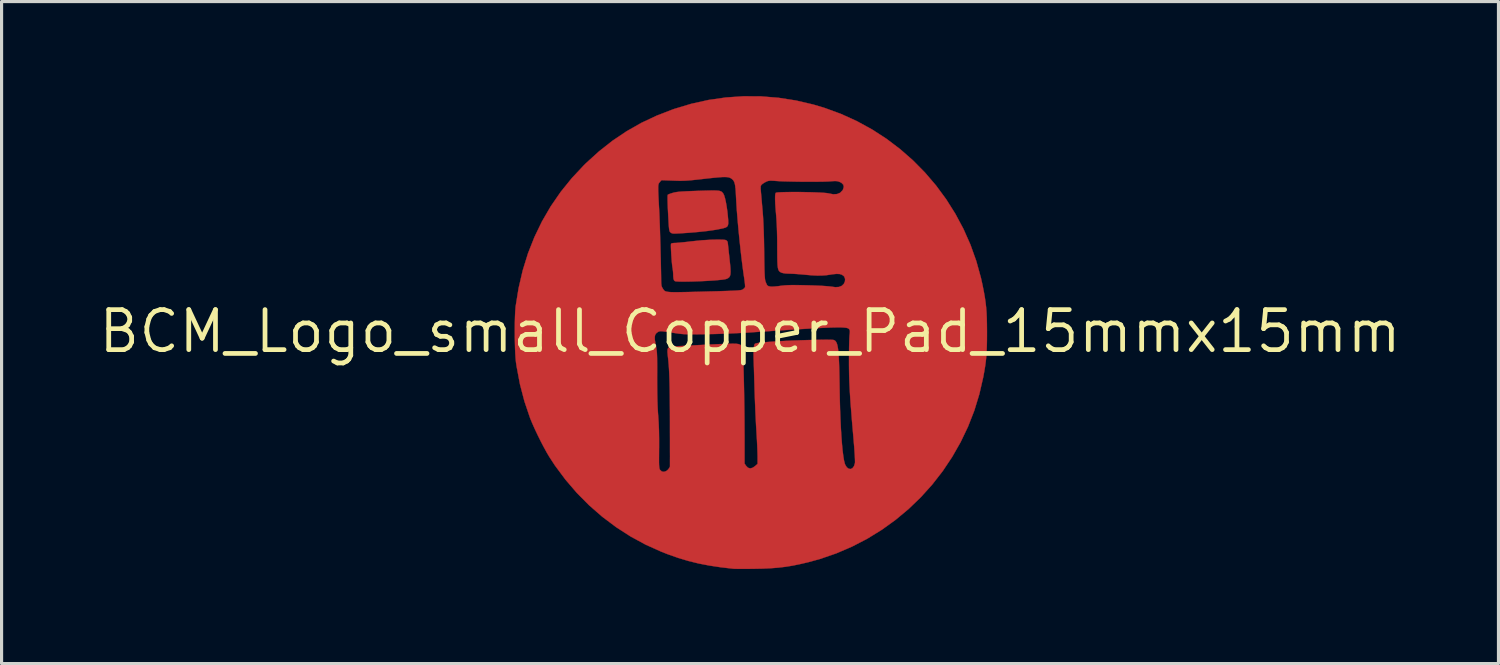
<source format=kicad_pcb>
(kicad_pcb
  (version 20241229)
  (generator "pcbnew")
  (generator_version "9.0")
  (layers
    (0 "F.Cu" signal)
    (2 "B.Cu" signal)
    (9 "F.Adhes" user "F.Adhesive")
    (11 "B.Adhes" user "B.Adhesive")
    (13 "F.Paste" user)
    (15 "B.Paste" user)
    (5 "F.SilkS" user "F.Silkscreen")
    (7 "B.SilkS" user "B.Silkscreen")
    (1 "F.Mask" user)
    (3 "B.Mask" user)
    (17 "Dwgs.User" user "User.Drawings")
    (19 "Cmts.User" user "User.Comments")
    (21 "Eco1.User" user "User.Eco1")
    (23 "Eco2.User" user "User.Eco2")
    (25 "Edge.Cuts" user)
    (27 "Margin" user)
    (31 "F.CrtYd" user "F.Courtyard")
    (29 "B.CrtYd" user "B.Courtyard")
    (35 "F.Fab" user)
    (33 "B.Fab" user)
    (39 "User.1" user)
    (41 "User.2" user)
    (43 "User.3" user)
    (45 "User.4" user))
  (footprint "BCM_Logo_small_Copper_Pad_15mmx15mm"
    (layer "F.Cu")
    (at 20.751 7.465)
    (property "Reference" "BCM_Logo_small_Copper_Pad_15mmx15mm" (at 0 0 0) (layer "F.SilkS") (effects (font (size 1.27 1.27) (thickness 0.15))))
    (attr board_only exclude_from_bom)
    (fp_poly (pts (xy -1.082 -4.469) (xy -1.011 -4.464) (xy -0.958 -4.455) (xy -0.92 -4.441) (xy -0.891 -4.422) (xy -0.868 -4.397) (xy -0.848 -4.371) (xy -0.822 -4.317) (xy -0.795 -4.227) (xy -0.768 -4.108) (xy -0.743 -3.966) (xy -0.72 -3.808) (xy -0.704 -3.655) (xy -0.693 -3.527) (xy -0.691 -3.434) (xy -0.7 -3.37) (xy -0.724 -3.327) (xy -0.767 -3.298) (xy -0.831 -3.277) (xy -0.887 -3.263) (xy -1.094 -3.223) (xy -1.339 -3.187) (xy -1.623 -3.156) (xy -1.947 -3.128) (xy -2.248 -3.109) (xy -2.35 -3.104) (xy -2.418 -3.103) (xy -2.464 -3.108) (xy -2.495 -3.119) (xy -2.52 -3.137) (xy -2.536 -3.15) (xy -2.548 -3.167) (xy -2.557 -3.191) (xy -2.565 -3.229) (xy -2.572 -3.285) (xy -2.579 -3.364) (xy -2.585 -3.471) (xy -2.593 -3.612) (xy -2.6 -3.746) (xy -2.609 -3.924) (xy -2.614 -4.073) (xy -2.617 -4.192) (xy -2.617 -4.278) (xy -2.613 -4.326) (xy -2.61 -4.335) (xy -2.581 -4.35) (xy -2.523 -4.372) (xy -2.449 -4.395) (xy -2.446 -4.396) (xy -2.396 -4.409) (xy -2.34 -4.419) (xy -2.27 -4.428) (xy -2.183 -4.436) (xy -2.072 -4.442) (xy -1.933 -4.449) (xy -1.759 -4.455) (xy -1.651 -4.459) (xy -1.457 -4.465) (xy -1.301 -4.469) (xy -1.177 -4.471) (xy -1.082 -4.469)) (stroke (width 0.01) (type solid)) (fill yes) (layer "F.Cu"))
    (fp_poly (pts (xy -0.852 -2.908) (xy -0.786 -2.901) (xy -0.745 -2.884) (xy -0.72 -2.856) (xy -0.707 -2.813) (xy -0.7 -2.751) (xy -0.696 -2.71) (xy -0.688 -2.639) (xy -0.678 -2.54) (xy -0.665 -2.424) (xy -0.652 -2.304) (xy -0.651 -2.297) (xy -0.633 -2.125) (xy -0.621 -1.99) (xy -0.618 -1.887) (xy -0.623 -1.81) (xy -0.638 -1.755) (xy -0.663 -1.716) (xy -0.7 -1.687) (xy -0.748 -1.665) (xy -0.753 -1.663) (xy -0.805 -1.651) (xy -0.893 -1.638) (xy -1.011 -1.627) (xy -1.151 -1.615) (xy -1.308 -1.605) (xy -1.475 -1.596) (xy -1.645 -1.589) (xy -1.812 -1.583) (xy -1.97 -1.579) (xy -2.112 -1.578) (xy -2.232 -1.579) (xy -2.322 -1.584) (xy -2.378 -1.591) (xy -2.378 -1.591) (xy -2.409 -1.614) (xy -2.428 -1.666) (xy -2.437 -1.751) (xy -2.438 -1.802) (xy -2.443 -1.89) (xy -2.454 -1.988) (xy -2.461 -2.024) (xy -2.47 -2.085) (xy -2.479 -2.172) (xy -2.488 -2.276) (xy -2.496 -2.39) (xy -2.503 -2.503) (xy -2.508 -2.607) (xy -2.511 -2.694) (xy -2.51 -2.755) (xy -2.508 -2.778) (xy -2.48 -2.796) (xy -2.418 -2.804) (xy -2.389 -2.805) (xy -2.334 -2.807) (xy -2.246 -2.815) (xy -2.133 -2.826) (xy -2.003 -2.839) (xy -1.864 -2.856) (xy -1.846 -2.858) (xy -1.52 -2.891) (xy -1.226 -2.908) (xy -1.079 -2.911) (xy -0.948 -2.911) (xy -0.852 -2.908)) (stroke (width 0.01) (type solid)) (fill yes) (layer "F.Cu"))
    (fp_poly (pts (xy 0.348 -7.457) (xy 0.904 -7.412) (xy 1.457 -7.326) (xy 2.006 -7.198) (xy 2.373 -7.088) (xy 2.893 -6.897) (xy 3.394 -6.669) (xy 3.874 -6.406) (xy 4.331 -6.11) (xy 4.764 -5.782) (xy 5.172 -5.424) (xy 5.552 -5.039) (xy 5.904 -4.627) (xy 6.225 -4.191) (xy 6.515 -3.731) (xy 6.772 -3.251) (xy 6.994 -2.751) (xy 7.179 -2.233) (xy 7.327 -1.699) (xy 7.381 -1.454) (xy 7.42 -1.256) (xy 7.451 -1.081) (xy 7.474 -0.919) (xy 7.492 -0.762) (xy 7.505 -0.6) (xy 7.513 -0.425) (xy 7.517 -0.227) (xy 7.519 0.004) (xy 7.519 0.042) (xy 7.518 0.273) (xy 7.514 0.471) (xy 7.507 0.644) (xy 7.497 0.803) (xy 7.481 0.955) (xy 7.46 1.11) (xy 7.432 1.278) (xy 7.401 1.45) (xy 7.277 1.99) (xy 7.116 2.516) (xy 6.917 3.024) (xy 6.682 3.515) (xy 6.414 3.985) (xy 6.114 4.434) (xy 5.783 4.859) (xy 5.423 5.259) (xy 5.035 5.633) (xy 4.622 5.978) (xy 4.184 6.294) (xy 3.723 6.578) (xy 3.241 6.828) (xy 2.739 7.044) (xy 2.219 7.223) (xy 1.848 7.325) (xy 1.59 7.385) (xy 1.352 7.434) (xy 1.124 7.471) (xy 0.896 7.498) (xy 0.657 7.517) (xy 0.396 7.529) (xy 0.133 7.534) (xy -0.023 7.536) (xy -0.169 7.537) (xy -0.299 7.537) (xy -0.406 7.536) (xy -0.483 7.535) (xy -0.523 7.533) (xy -0.922 7.487) (xy -1.288 7.432) (xy -1.631 7.366) (xy -1.959 7.285) (xy -2.282 7.188) (xy -2.609 7.073) (xy -2.82 6.99) (xy -3.314 6.768) (xy -3.792 6.508) (xy -4.251 6.212) (xy -4.69 5.882) (xy -5.105 5.52) (xy -5.494 5.128) (xy -5.855 4.708) (xy -6.186 4.263) (xy -6.369 3.983) (xy -6.452 3.843) (xy -6.545 3.673) (xy -6.643 3.485) (xy -6.74 3.289) (xy -6.832 3.095) (xy -6.912 2.914) (xy -6.978 2.756) (xy -6.985 2.736) (xy -7.16 2.218) (xy -7.301 1.678) (xy -7.406 1.121) (xy -7.427 0.984) (xy -7.439 0.867) (xy -7.449 0.715) (xy -7.457 0.538) (xy -7.462 0.342) (xy -7.465 0.18) (xy -3.024 0.18) (xy -3.02 0.272) (xy -3 0.395) (xy -2.992 0.437) (xy -2.98 0.496) (xy -2.97 0.553) (xy -2.962 0.611) (xy -2.956 0.676) (xy -2.952 0.754) (xy -2.949 0.849) (xy -2.948 0.968) (xy -2.947 1.114) (xy -2.947 1.293) (xy -2.948 1.45) (xy -2.947 1.744) (xy -2.944 2.001) (xy -2.939 2.229) (xy -2.931 2.431) (xy -2.92 2.614) (xy -2.915 2.677) (xy -2.9 2.903) (xy -2.89 3.141) (xy -2.886 3.401) (xy -2.886 3.693) (xy -2.887 3.725) (xy -2.888 3.904) (xy -2.889 4.045) (xy -2.889 4.154) (xy -2.887 4.235) (xy -2.883 4.294) (xy -2.878 4.336) (xy -2.871 4.365) (xy -2.861 4.386) (xy -2.854 4.397) (xy -2.8 4.446) (xy -2.732 4.458) (xy -2.661 4.434) (xy -2.606 4.39) (xy -2.567 4.34) (xy -2.544 4.298) (xy -2.541 4.289) (xy -2.541 4.262) (xy -2.541 4.197) (xy -2.541 4.096) (xy -2.54 3.965) (xy -2.541 3.805) (xy -2.541 3.621) (xy -2.541 3.416) (xy -2.542 3.194) (xy -2.542 2.959) (xy -2.542 2.868) (xy -2.543 2.552) (xy -2.545 2.274) (xy -2.547 2.031) (xy -2.55 1.818) (xy -2.554 1.631) (xy -2.559 1.467) (xy -2.565 1.321) (xy -2.572 1.189) (xy -2.58 1.068) (xy -2.59 0.953) (xy -2.602 0.84) (xy -2.61 0.768) (xy -2.62 0.657) (xy -2.618 0.58) (xy -2.601 0.53) (xy -2.567 0.502) (xy -2.518 0.488) (xy -2.477 0.483) (xy -2.4 0.478) (xy -2.292 0.471) (xy -2.158 0.463) (xy -2.003 0.455) (xy -1.833 0.446) (xy -1.654 0.437) (xy -1.471 0.428) (xy -1.29 0.419) (xy -1.115 0.411) (xy -0.953 0.404) (xy -0.808 0.399) (xy -0.687 0.394) (xy -0.595 0.392) (xy -0.548 0.391) (xy -0.433 0.394) (xy -0.353 0.406) (xy -0.3 0.431) (xy -0.267 0.474) (xy -0.246 0.541) (xy -0.236 0.592) (xy -0.23 0.65) (xy -0.224 0.747) (xy -0.217 0.877) (xy -0.211 1.038) (xy -0.205 1.225) (xy -0.199 1.435) (xy -0.194 1.663) (xy -0.189 1.905) (xy -0.185 2.157) (xy -0.181 2.416) (xy -0.178 2.678) (xy -0.176 2.937) (xy -0.175 3.191) (xy -0.174 3.314) (xy -0.174 4.195) (xy -0.125 4.267) (xy -0.065 4.328) (xy 0.005 4.349) (xy 0.083 4.328) (xy 0.155 4.279) (xy 0.239 4.206) (xy 0.239 3.966) (xy 0.237 3.877) (xy 0.233 3.755) (xy 0.227 3.609) (xy 0.219 3.447) (xy 0.209 3.279) (xy 0.202 3.154) (xy 0.191 2.98) (xy 0.181 2.775) (xy 0.17 2.552) (xy 0.161 2.323) (xy 0.152 2.098) (xy 0.145 1.891) (xy 0.144 1.873) (xy 0.139 1.687) (xy 0.133 1.5) (xy 0.128 1.32) (xy 0.123 1.155) (xy 0.118 1.013) (xy 0.115 0.902) (xy 0.113 0.868) (xy 0.111 0.706) (xy 0.115 0.574) (xy 0.125 0.476) (xy 0.141 0.414) (xy 0.151 0.398) (xy 0.177 0.385) (xy 0.229 0.373) (xy 0.311 0.36) (xy 0.424 0.348) (xy 0.573 0.336) (xy 0.76 0.323) (xy 0.853 0.317) (xy 1.018 0.308) (xy 1.197 0.299) (xy 1.386 0.291) (xy 1.578 0.284) (xy 1.77 0.278) (xy 1.956 0.273) (xy 2.13 0.269) (xy 2.287 0.266) (xy 2.423 0.265) (xy 2.532 0.266) (xy 2.609 0.268) (xy 2.648 0.272) (xy 2.682 0.285) (xy 2.712 0.308) (xy 2.737 0.344) (xy 2.759 0.396) (xy 2.777 0.467) (xy 2.793 0.559) (xy 2.805 0.675) (xy 2.816 0.819) (xy 2.824 0.993) (xy 2.831 1.2) (xy 2.836 1.443) (xy 2.841 1.725) (xy 2.842 1.778) (xy 2.848 2.133) (xy 2.857 2.469) (xy 2.869 2.785) (xy 2.883 3.077) (xy 2.9 3.344) (xy 2.918 3.582) (xy 2.938 3.789) (xy 2.96 3.962) (xy 2.983 4.1) (xy 3.008 4.199) (xy 3.021 4.234) (xy 3.072 4.316) (xy 3.132 4.36) (xy 3.195 4.368) (xy 3.252 4.339) (xy 3.299 4.276) (xy 3.329 4.18) (xy 3.33 4.173) (xy 3.331 4.13) (xy 3.329 4.05) (xy 3.324 3.941) (xy 3.315 3.809) (xy 3.305 3.659) (xy 3.291 3.499) (xy 3.289 3.471) (xy 3.26 3.133) (xy 3.234 2.832) (xy 3.213 2.564) (xy 3.194 2.325) (xy 3.179 2.11) (xy 3.167 1.914) (xy 3.158 1.734) (xy 3.15 1.563) (xy 3.145 1.399) (xy 3.142 1.236) (xy 3.14 1.07) (xy 3.14 0.973) (xy 3.14 0.801) (xy 3.142 0.633) (xy 3.144 0.477) (xy 3.148 0.34) (xy 3.151 0.229) (xy 3.156 0.152) (xy 3.157 0.137) (xy 3.166 0.049) (xy 3.168 -0.007) (xy 3.162 -0.042) (xy 3.147 -0.067) (xy 3.128 -0.085) (xy 3.109 -0.097) (xy 3.08 -0.107) (xy 3.039 -0.115) (xy 2.984 -0.121) (xy 2.913 -0.125) (xy 2.823 -0.126) (xy 2.714 -0.125) (xy 2.583 -0.122) (xy 2.427 -0.116) (xy 2.246 -0.108) (xy 2.037 -0.097) (xy 1.797 -0.083) (xy 1.526 -0.067) (xy 1.221 -0.048) (xy 0.879 -0.025) (xy 0.5 0) (xy 0.081 0.028) (xy 0.017 0.033) (xy -0.177 0.045) (xy -0.4 0.056) (xy -0.641 0.067) (xy -0.885 0.076) (xy -1.121 0.084) (xy -1.336 0.088) (xy -1.355 0.089) (xy -1.55 0.092) (xy -1.71 0.094) (xy -1.84 0.095) (xy -1.947 0.094) (xy -2.038 0.091) (xy -2.119 0.087) (xy -2.196 0.08) (xy -2.277 0.07) (xy -2.366 0.057) (xy -2.47 0.042) (xy -2.606 0.021) (xy -2.707 0.007) (xy -2.78 -0.002) (xy -2.83 -0.005) (xy -2.866 -0.002) (xy -2.892 0.005) (xy -2.917 0.017) (xy -2.929 0.024) (xy -2.979 0.063) (xy -3.011 0.113) (xy -3.024 0.18) (xy -7.465 0.18) (xy -7.465 0.137) (xy -7.466 -0.07) (xy -7.464 -0.27) (xy -7.459 -0.456) (xy -7.452 -0.619) (xy -7.442 -0.751) (xy -7.438 -0.794) (xy -7.344 -1.373) (xy -7.214 -1.933) (xy -7.047 -2.473) (xy -6.842 -2.992) (xy -6.601 -3.491) (xy -6.323 -3.969) (xy -6.008 -4.426) (xy -5.916 -4.54) (xy -2.915 -4.54) (xy -2.914 -4.459) (xy -2.91 -4.354) (xy -2.904 -4.22) (xy -2.895 -4.053) (xy -2.884 -3.85) (xy -2.88 -3.778) (xy -2.875 -3.669) (xy -2.87 -3.525) (xy -2.863 -3.351) (xy -2.857 -3.156) (xy -2.851 -2.945) (xy -2.844 -2.725) (xy -2.839 -2.503) (xy -2.833 -2.286) (xy -2.829 -2.081) (xy -2.825 -1.893) (xy -2.822 -1.731) (xy -2.821 -1.617) (xy -2.818 -1.522) (xy -2.811 -1.456) (xy -2.796 -1.407) (xy -2.771 -1.364) (xy -2.754 -1.337) (xy -2.739 -1.315) (xy -2.722 -1.295) (xy -2.701 -1.279) (xy -2.672 -1.267) (xy -2.633 -1.257) (xy -2.579 -1.25) (xy -2.509 -1.245) (xy -2.418 -1.243) (xy -2.304 -1.243) (xy -2.164 -1.245) (xy -1.994 -1.248) (xy -1.791 -1.253) (xy -1.552 -1.259) (xy -1.274 -1.267) (xy -1.262 -1.267) (xy -1.031 -1.273) (xy -0.838 -1.279) (xy -0.68 -1.284) (xy -0.554 -1.289) (xy -0.454 -1.294) (xy -0.378 -1.299) (xy -0.322 -1.305) (xy -0.282 -1.311) (xy -0.254 -1.318) (xy -0.235 -1.327) (xy -0.229 -1.33) (xy -0.184 -1.367) (xy -0.158 -1.402) (xy -0.157 -1.434) (xy -0.161 -1.5) (xy -0.171 -1.59) (xy -0.186 -1.696) (xy -0.192 -1.734) (xy -0.222 -1.944) (xy -0.253 -2.185) (xy -0.285 -2.45) (xy -0.316 -2.731) (xy -0.346 -3.019) (xy -0.374 -3.306) (xy -0.398 -3.583) (xy -0.419 -3.842) (xy -0.434 -4.075) (xy -0.444 -4.255) (xy -0.452 -4.42) (xy -0.462 -4.549) (xy -0.464 -4.56) (xy 0.336 -4.56) (xy 0.34 -4.487) (xy 0.342 -4.468) (xy 0.347 -4.402) (xy 0.356 -4.303) (xy 0.367 -4.178) (xy 0.379 -4.038) (xy 0.392 -3.89) (xy 0.397 -3.842) (xy 0.412 -3.645) (xy 0.424 -3.43) (xy 0.434 -3.19) (xy 0.442 -2.921) (xy 0.447 -2.616) (xy 0.448 -2.519) (xy 0.451 -2.299) (xy 0.454 -2.117) (xy 0.457 -1.97) (xy 0.461 -1.852) (xy 0.466 -1.76) (xy 0.471 -1.691) (xy 0.477 -1.639) (xy 0.485 -1.601) (xy 0.492 -1.579) (xy 0.517 -1.517) (xy 0.54 -1.47) (xy 0.547 -1.459) (xy 0.588 -1.433) (xy 0.658 -1.42) (xy 0.761 -1.421) (xy 0.9 -1.435) (xy 0.95 -1.442) (xy 1.031 -1.452) (xy 1.113 -1.46) (xy 1.201 -1.465) (xy 1.304 -1.468) (xy 1.426 -1.468) (xy 1.576 -1.467) (xy 1.76 -1.463) (xy 1.805 -1.462) (xy 1.988 -1.457) (xy 2.157 -1.45) (xy 2.306 -1.443) (xy 2.43 -1.434) (xy 2.523 -1.426) (xy 2.567 -1.42) (xy 2.709 -1.402) (xy 2.82 -1.409) (xy 2.906 -1.442) (xy 2.912 -1.446) (xy 2.976 -1.507) (xy 3.011 -1.583) (xy 3.017 -1.663) (xy 2.99 -1.735) (xy 2.972 -1.757) (xy 2.915 -1.798) (xy 2.842 -1.82) (xy 2.745 -1.824) (xy 2.619 -1.812) (xy 2.558 -1.802) (xy 2.422 -1.782) (xy 2.285 -1.772) (xy 2.138 -1.77) (xy 1.972 -1.778) (xy 1.777 -1.794) (xy 1.721 -1.8) (xy 1.594 -1.811) (xy 1.464 -1.821) (xy 1.346 -1.828) (xy 1.254 -1.831) (xy 1.249 -1.831) (xy 1.141 -1.835) (xy 1.051 -1.848) (xy 1 -1.862) (xy 0.964 -1.879) (xy 0.935 -1.9) (xy 0.912 -1.929) (xy 0.894 -1.97) (xy 0.882 -2.028) (xy 0.873 -2.108) (xy 0.868 -2.213) (xy 0.865 -2.349) (xy 0.864 -2.519) (xy 0.863 -2.672) (xy 0.862 -2.915) (xy 0.857 -3.144) (xy 0.85 -3.353) (xy 0.84 -3.534) (xy 0.832 -3.645) (xy 0.813 -3.868) (xy 0.8 -4.05) (xy 0.795 -4.193) (xy 0.796 -4.298) (xy 0.804 -4.365) (xy 0.817 -4.397) (xy 0.846 -4.405) (xy 0.912 -4.411) (xy 1.009 -4.416) (xy 1.131 -4.419) (xy 1.272 -4.421) (xy 1.428 -4.422) (xy 1.591 -4.421) (xy 1.757 -4.418) (xy 1.92 -4.415) (xy 2.073 -4.41) (xy 2.212 -4.404) (xy 2.331 -4.397) (xy 2.423 -4.389) (xy 2.484 -4.38) (xy 2.493 -4.378) (xy 2.639 -4.35) (xy 2.761 -4.357) (xy 2.859 -4.397) (xy 2.932 -4.472) (xy 2.95 -4.501) (xy 2.975 -4.584) (xy 2.96 -4.653) (xy 2.905 -4.71) (xy 2.857 -4.736) (xy 2.809 -4.755) (xy 2.764 -4.766) (xy 2.71 -4.77) (xy 2.637 -4.768) (xy 2.537 -4.76) (xy 2.444 -4.755) (xy 2.316 -4.751) (xy 2.161 -4.749) (xy 1.985 -4.748) (xy 1.798 -4.748) (xy 1.605 -4.749) (xy 1.414 -4.752) (xy 1.233 -4.756) (xy 1.07 -4.76) (xy 0.931 -4.766) (xy 0.836 -4.772) (xy 0.729 -4.78) (xy 0.654 -4.782) (xy 0.6 -4.778) (xy 0.557 -4.768) (xy 0.515 -4.751) (xy 0.513 -4.75) (xy 0.447 -4.714) (xy 0.389 -4.674) (xy 0.378 -4.664) (xy 0.352 -4.636) (xy 0.339 -4.606) (xy 0.336 -4.56) (xy -0.464 -4.56) (xy -0.476 -4.648) (xy -0.494 -4.721) (xy -0.519 -4.775) (xy -0.552 -4.816) (xy -0.595 -4.85) (xy -0.607 -4.858) (xy -0.641 -4.875) (xy -0.681 -4.888) (xy -0.733 -4.895) (xy -0.8 -4.898) (xy -0.887 -4.896) (xy -0.998 -4.888) (xy -1.139 -4.875) (xy -1.312 -4.857) (xy -1.503 -4.835) (xy -1.681 -4.815) (xy -1.826 -4.8) (xy -1.946 -4.789) (xy -2.05 -4.782) (xy -2.146 -4.779) (xy -2.243 -4.778) (xy -2.35 -4.781) (xy -2.44 -4.784) (xy -2.812 -4.798) (xy -2.867 -4.733) (xy -2.882 -4.715) (xy -2.894 -4.697) (xy -2.903 -4.674) (xy -2.91 -4.643) (xy -2.914 -4.6) (xy -2.915 -4.54) (xy -5.916 -4.54) (xy -5.656 -4.861) (xy -5.269 -5.275) (xy -5.209 -5.334) (xy -4.794 -5.711) (xy -4.365 -6.049) (xy -3.917 -6.35) (xy -3.449 -6.616) (xy -2.958 -6.847) (xy -2.44 -7.047) (xy -2.401 -7.06) (xy -1.862 -7.222) (xy -1.315 -7.343) (xy -0.763 -7.422) (xy -0.208 -7.46) (xy 0.348 -7.457)) (stroke (width 0.01) (type solid)) (fill yes) (layer "F.Cu"))
    (fp_poly (pts (xy -1.082 -4.469) (xy -1.011 -4.464) (xy -0.958 -4.455) (xy -0.92 -4.441) (xy -0.891 -4.422) (xy -0.868 -4.397) (xy -0.848 -4.371) (xy -0.822 -4.317) (xy -0.795 -4.227) (xy -0.768 -4.108) (xy -0.743 -3.966) (xy -0.72 -3.808) (xy -0.704 -3.655) (xy -0.693 -3.527) (xy -0.691 -3.434) (xy -0.7 -3.37) (xy -0.724 -3.327) (xy -0.767 -3.298) (xy -0.831 -3.277) (xy -0.887 -3.263) (xy -1.094 -3.223) (xy -1.339 -3.187) (xy -1.623 -3.156) (xy -1.947 -3.128) (xy -2.248 -3.109) (xy -2.35 -3.104) (xy -2.418 -3.103) (xy -2.464 -3.108) (xy -2.495 -3.119) (xy -2.52 -3.137) (xy -2.536 -3.15) (xy -2.548 -3.167) (xy -2.557 -3.191) (xy -2.565 -3.229) (xy -2.572 -3.285) (xy -2.579 -3.364) (xy -2.585 -3.471) (xy -2.593 -3.612) (xy -2.6 -3.746) (xy -2.609 -3.924) (xy -2.614 -4.073) (xy -2.617 -4.192) (xy -2.617 -4.278) (xy -2.613 -4.326) (xy -2.61 -4.335) (xy -2.581 -4.35) (xy -2.523 -4.372) (xy -2.449 -4.395) (xy -2.446 -4.396) (xy -2.396 -4.409) (xy -2.34 -4.419) (xy -2.27 -4.428) (xy -2.183 -4.436) (xy -2.072 -4.442) (xy -1.933 -4.449) (xy -1.759 -4.455) (xy -1.651 -4.459) (xy -1.457 -4.465) (xy -1.301 -4.469) (xy -1.177 -4.471) (xy -1.082 -4.469)) (stroke (width 0.01) (type solid)) (fill yes) (layer "F.Mask"))
    (fp_poly (pts (xy -0.852 -2.908) (xy -0.786 -2.901) (xy -0.745 -2.884) (xy -0.72 -2.856) (xy -0.707 -2.813) (xy -0.7 -2.751) (xy -0.696 -2.71) (xy -0.688 -2.639) (xy -0.678 -2.54) (xy -0.665 -2.424) (xy -0.652 -2.304) (xy -0.651 -2.297) (xy -0.633 -2.125) (xy -0.621 -1.99) (xy -0.618 -1.887) (xy -0.623 -1.81) (xy -0.638 -1.755) (xy -0.663 -1.716) (xy -0.7 -1.687) (xy -0.748 -1.665) (xy -0.753 -1.663) (xy -0.805 -1.651) (xy -0.893 -1.638) (xy -1.011 -1.627) (xy -1.151 -1.615) (xy -1.308 -1.605) (xy -1.475 -1.596) (xy -1.645 -1.589) (xy -1.812 -1.583) (xy -1.97 -1.579) (xy -2.112 -1.578) (xy -2.232 -1.579) (xy -2.322 -1.584) (xy -2.378 -1.591) (xy -2.378 -1.591) (xy -2.409 -1.614) (xy -2.428 -1.666) (xy -2.437 -1.751) (xy -2.438 -1.802) (xy -2.443 -1.89) (xy -2.454 -1.988) (xy -2.461 -2.024) (xy -2.47 -2.085) (xy -2.479 -2.172) (xy -2.488 -2.276) (xy -2.496 -2.39) (xy -2.503 -2.503) (xy -2.508 -2.607) (xy -2.511 -2.694) (xy -2.51 -2.755) (xy -2.508 -2.778) (xy -2.48 -2.796) (xy -2.418 -2.804) (xy -2.389 -2.805) (xy -2.334 -2.807) (xy -2.246 -2.815) (xy -2.133 -2.826) (xy -2.003 -2.839) (xy -1.864 -2.856) (xy -1.846 -2.858) (xy -1.52 -2.891) (xy -1.226 -2.908) (xy -1.079 -2.911) (xy -0.948 -2.911) (xy -0.852 -2.908)) (stroke (width 0.01) (type solid)) (fill yes) (layer "F.Mask"))
    (fp_poly (pts (xy 0.348 -7.457) (xy 0.904 -7.412) (xy 1.457 -7.326) (xy 2.006 -7.198) (xy 2.373 -7.088) (xy 2.893 -6.897) (xy 3.394 -6.669) (xy 3.874 -6.406) (xy 4.331 -6.11) (xy 4.764 -5.782) (xy 5.172 -5.424) (xy 5.552 -5.039) (xy 5.904 -4.627) (xy 6.225 -4.191) (xy 6.515 -3.731) (xy 6.772 -3.251) (xy 6.994 -2.751) (xy 7.179 -2.233) (xy 7.327 -1.699) (xy 7.381 -1.454) (xy 7.42 -1.256) (xy 7.451 -1.081) (xy 7.474 -0.919) (xy 7.492 -0.762) (xy 7.505 -0.6) (xy 7.513 -0.425) (xy 7.517 -0.227) (xy 7.519 0.004) (xy 7.519 0.042) (xy 7.518 0.273) (xy 7.514 0.471) (xy 7.507 0.644) (xy 7.497 0.803) (xy 7.481 0.955) (xy 7.46 1.11) (xy 7.432 1.278) (xy 7.401 1.45) (xy 7.277 1.99) (xy 7.116 2.516) (xy 6.917 3.024) (xy 6.682 3.515) (xy 6.414 3.985) (xy 6.114 4.434) (xy 5.783 4.859) (xy 5.423 5.259) (xy 5.035 5.633) (xy 4.622 5.978) (xy 4.184 6.294) (xy 3.723 6.578) (xy 3.241 6.828) (xy 2.739 7.044) (xy 2.219 7.223) (xy 1.848 7.325) (xy 1.59 7.385) (xy 1.352 7.434) (xy 1.124 7.471) (xy 0.896 7.498) (xy 0.657 7.517) (xy 0.396 7.529) (xy 0.133 7.534) (xy -0.023 7.536) (xy -0.169 7.537) (xy -0.299 7.537) (xy -0.406 7.536) (xy -0.483 7.535) (xy -0.523 7.533) (xy -0.922 7.487) (xy -1.288 7.432) (xy -1.631 7.366) (xy -1.959 7.285) (xy -2.282 7.188) (xy -2.609 7.073) (xy -2.82 6.99) (xy -3.314 6.768) (xy -3.792 6.508) (xy -4.251 6.212) (xy -4.69 5.882) (xy -5.105 5.52) (xy -5.494 5.128) (xy -5.855 4.708) (xy -6.186 4.263) (xy -6.369 3.983) (xy -6.452 3.843) (xy -6.545 3.673) (xy -6.643 3.485) (xy -6.74 3.289) (xy -6.832 3.095) (xy -6.912 2.914) (xy -6.978 2.756) (xy -6.985 2.736) (xy -7.16 2.218) (xy -7.301 1.678) (xy -7.406 1.121) (xy -7.427 0.984) (xy -7.439 0.867) (xy -7.449 0.715) (xy -7.457 0.538) (xy -7.462 0.342) (xy -7.465 0.18) (xy -3.024 0.18) (xy -3.02 0.272) (xy -3 0.395) (xy -2.992 0.437) (xy -2.98 0.496) (xy -2.97 0.553) (xy -2.962 0.611) (xy -2.956 0.676) (xy -2.952 0.754) (xy -2.949 0.849) (xy -2.948 0.968) (xy -2.947 1.114) (xy -2.947 1.293) (xy -2.948 1.45) (xy -2.947 1.744) (xy -2.944 2.001) (xy -2.939 2.229) (xy -2.931 2.431) (xy -2.92 2.614) (xy -2.915 2.677) (xy -2.9 2.903) (xy -2.89 3.141) (xy -2.886 3.401) (xy -2.886 3.693) (xy -2.887 3.725) (xy -2.888 3.904) (xy -2.889 4.045) (xy -2.889 4.154) (xy -2.887 4.235) (xy -2.883 4.294) (xy -2.878 4.336) (xy -2.871 4.365) (xy -2.861 4.386) (xy -2.854 4.397) (xy -2.8 4.446) (xy -2.732 4.458) (xy -2.661 4.434) (xy -2.606 4.39) (xy -2.567 4.34) (xy -2.544 4.298) (xy -2.541 4.289) (xy -2.541 4.262) (xy -2.541 4.197) (xy -2.541 4.096) (xy -2.54 3.965) (xy -2.541 3.805) (xy -2.541 3.621) (xy -2.541 3.416) (xy -2.542 3.194) (xy -2.542 2.959) (xy -2.542 2.868) (xy -2.543 2.552) (xy -2.545 2.274) (xy -2.547 2.031) (xy -2.55 1.818) (xy -2.554 1.631) (xy -2.559 1.467) (xy -2.565 1.321) (xy -2.572 1.189) (xy -2.58 1.068) (xy -2.59 0.953) (xy -2.602 0.84) (xy -2.61 0.768) (xy -2.62 0.657) (xy -2.618 0.58) (xy -2.601 0.53) (xy -2.567 0.502) (xy -2.518 0.488) (xy -2.477 0.483) (xy -2.4 0.478) (xy -2.292 0.471) (xy -2.158 0.463) (xy -2.003 0.455) (xy -1.833 0.446) (xy -1.654 0.437) (xy -1.471 0.428) (xy -1.29 0.419) (xy -1.115 0.411) (xy -0.953 0.404) (xy -0.808 0.399) (xy -0.687 0.394) (xy -0.595 0.392) (xy -0.548 0.391) (xy -0.433 0.394) (xy -0.353 0.406) (xy -0.3 0.431) (xy -0.267 0.474) (xy -0.246 0.541) (xy -0.236 0.592) (xy -0.23 0.65) (xy -0.224 0.747) (xy -0.217 0.877) (xy -0.211 1.038) (xy -0.205 1.225) (xy -0.199 1.435) (xy -0.194 1.663) (xy -0.189 1.905) (xy -0.185 2.157) (xy -0.181 2.416) (xy -0.178 2.678) (xy -0.176 2.937) (xy -0.175 3.191) (xy -0.174 3.314) (xy -0.174 4.195) (xy -0.125 4.267) (xy -0.065 4.328) (xy 0.005 4.349) (xy 0.083 4.328) (xy 0.155 4.279) (xy 0.239 4.206) (xy 0.239 3.966) (xy 0.237 3.877) (xy 0.233 3.755) (xy 0.227 3.609) (xy 0.219 3.447) (xy 0.209 3.279) (xy 0.202 3.154) (xy 0.191 2.98) (xy 0.181 2.775) (xy 0.17 2.552) (xy 0.161 2.323) (xy 0.152 2.098) (xy 0.145 1.891) (xy 0.144 1.873) (xy 0.139 1.687) (xy 0.133 1.5) (xy 0.128 1.32) (xy 0.123 1.155) (xy 0.118 1.013) (xy 0.115 0.902) (xy 0.113 0.868) (xy 0.111 0.706) (xy 0.115 0.574) (xy 0.125 0.476) (xy 0.141 0.414) (xy 0.151 0.398) (xy 0.177 0.385) (xy 0.229 0.373) (xy 0.311 0.36) (xy 0.424 0.348) (xy 0.573 0.336) (xy 0.76 0.323) (xy 0.853 0.317) (xy 1.018 0.308) (xy 1.197 0.299) (xy 1.386 0.291) (xy 1.578 0.284) (xy 1.77 0.278) (xy 1.956 0.273) (xy 2.13 0.269) (xy 2.287 0.266) (xy 2.423 0.265) (xy 2.532 0.266) (xy 2.609 0.268) (xy 2.648 0.272) (xy 2.682 0.285) (xy 2.712 0.308) (xy 2.737 0.344) (xy 2.759 0.396) (xy 2.777 0.467) (xy 2.793 0.559) (xy 2.805 0.675) (xy 2.816 0.819) (xy 2.824 0.993) (xy 2.831 1.2) (xy 2.836 1.443) (xy 2.841 1.725) (xy 2.842 1.778) (xy 2.848 2.133) (xy 2.857 2.469) (xy 2.869 2.785) (xy 2.883 3.077) (xy 2.9 3.344) (xy 2.918 3.582) (xy 2.938 3.789) (xy 2.96 3.962) (xy 2.983 4.1) (xy 3.008 4.199) (xy 3.021 4.234) (xy 3.072 4.316) (xy 3.132 4.36) (xy 3.195 4.368) (xy 3.252 4.339) (xy 3.299 4.276) (xy 3.329 4.18) (xy 3.33 4.173) (xy 3.331 4.13) (xy 3.329 4.05) (xy 3.324 3.941) (xy 3.315 3.809) (xy 3.305 3.659) (xy 3.291 3.499) (xy 3.289 3.471) (xy 3.26 3.133) (xy 3.234 2.832) (xy 3.213 2.564) (xy 3.194 2.325) (xy 3.179 2.11) (xy 3.167 1.914) (xy 3.158 1.734) (xy 3.15 1.563) (xy 3.145 1.399) (xy 3.142 1.236) (xy 3.14 1.07) (xy 3.14 0.973) (xy 3.14 0.801) (xy 3.142 0.633) (xy 3.144 0.477) (xy 3.148 0.34) (xy 3.151 0.229) (xy 3.156 0.152) (xy 3.157 0.137) (xy 3.166 0.049) (xy 3.168 -0.007) (xy 3.162 -0.042) (xy 3.147 -0.067) (xy 3.128 -0.085) (xy 3.109 -0.097) (xy 3.08 -0.107) (xy 3.039 -0.115) (xy 2.984 -0.121) (xy 2.913 -0.125) (xy 2.823 -0.126) (xy 2.714 -0.125) (xy 2.583 -0.122) (xy 2.427 -0.116) (xy 2.246 -0.108) (xy 2.037 -0.097) (xy 1.797 -0.083) (xy 1.526 -0.067) (xy 1.221 -0.048) (xy 0.879 -0.025) (xy 0.5 0) (xy 0.081 0.028) (xy 0.017 0.033) (xy -0.177 0.045) (xy -0.4 0.056) (xy -0.641 0.067) (xy -0.885 0.076) (xy -1.121 0.084) (xy -1.336 0.088) (xy -1.355 0.089) (xy -1.55 0.092) (xy -1.71 0.094) (xy -1.84 0.095) (xy -1.947 0.094) (xy -2.038 0.091) (xy -2.119 0.087) (xy -2.196 0.08) (xy -2.277 0.07) (xy -2.366 0.057) (xy -2.47 0.042) (xy -2.606 0.021) (xy -2.707 0.007) (xy -2.78 -0.002) (xy -2.83 -0.005) (xy -2.866 -0.002) (xy -2.892 0.005) (xy -2.917 0.017) (xy -2.929 0.024) (xy -2.979 0.063) (xy -3.011 0.113) (xy -3.024 0.18) (xy -7.465 0.18) (xy -7.465 0.137) (xy -7.466 -0.07) (xy -7.464 -0.27) (xy -7.459 -0.456) (xy -7.452 -0.619) (xy -7.442 -0.751) (xy -7.438 -0.794) (xy -7.344 -1.373) (xy -7.214 -1.933) (xy -7.047 -2.473) (xy -6.842 -2.992) (xy -6.601 -3.491) (xy -6.323 -3.969) (xy -6.008 -4.426) (xy -5.916 -4.54) (xy -2.915 -4.54) (xy -2.914 -4.459) (xy -2.91 -4.354) (xy -2.904 -4.22) (xy -2.895 -4.053) (xy -2.884 -3.85) (xy -2.88 -3.778) (xy -2.875 -3.669) (xy -2.87 -3.525) (xy -2.863 -3.351) (xy -2.857 -3.156) (xy -2.851 -2.945) (xy -2.844 -2.725) (xy -2.839 -2.503) (xy -2.833 -2.286) (xy -2.829 -2.081) (xy -2.825 -1.893) (xy -2.822 -1.731) (xy -2.821 -1.617) (xy -2.818 -1.522) (xy -2.811 -1.456) (xy -2.796 -1.407) (xy -2.771 -1.364) (xy -2.754 -1.337) (xy -2.739 -1.315) (xy -2.722 -1.295) (xy -2.701 -1.279) (xy -2.672 -1.267) (xy -2.633 -1.257) (xy -2.579 -1.25) (xy -2.509 -1.245) (xy -2.418 -1.243) (xy -2.304 -1.243) (xy -2.164 -1.245) (xy -1.994 -1.248) (xy -1.791 -1.253) (xy -1.552 -1.259) (xy -1.274 -1.267) (xy -1.262 -1.267) (xy -1.031 -1.273) (xy -0.838 -1.279) (xy -0.68 -1.284) (xy -0.554 -1.289) (xy -0.454 -1.294) (xy -0.378 -1.299) (xy -0.322 -1.305) (xy -0.282 -1.311) (xy -0.254 -1.318) (xy -0.235 -1.327) (xy -0.229 -1.33) (xy -0.184 -1.367) (xy -0.158 -1.402) (xy -0.157 -1.434) (xy -0.161 -1.5) (xy -0.171 -1.59) (xy -0.186 -1.696) (xy -0.192 -1.734) (xy -0.222 -1.944) (xy -0.253 -2.185) (xy -0.285 -2.45) (xy -0.316 -2.731) (xy -0.346 -3.019) (xy -0.374 -3.306) (xy -0.398 -3.583) (xy -0.419 -3.842) (xy -0.434 -4.075) (xy -0.444 -4.255) (xy -0.452 -4.42) (xy -0.462 -4.549) (xy -0.464 -4.56) (xy 0.336 -4.56) (xy 0.34 -4.487) (xy 0.342 -4.468) (xy 0.347 -4.402) (xy 0.356 -4.303) (xy 0.367 -4.178) (xy 0.379 -4.038) (xy 0.392 -3.89) (xy 0.397 -3.842) (xy 0.412 -3.645) (xy 0.424 -3.43) (xy 0.434 -3.19) (xy 0.442 -2.921) (xy 0.447 -2.616) (xy 0.448 -2.519) (xy 0.451 -2.299) (xy 0.454 -2.117) (xy 0.457 -1.97) (xy 0.461 -1.852) (xy 0.466 -1.76) (xy 0.471 -1.691) (xy 0.477 -1.639) (xy 0.485 -1.601) (xy 0.492 -1.579) (xy 0.517 -1.517) (xy 0.54 -1.47) (xy 0.547 -1.459) (xy 0.588 -1.433) (xy 0.658 -1.42) (xy 0.761 -1.421) (xy 0.9 -1.435) (xy 0.95 -1.442) (xy 1.031 -1.452) (xy 1.113 -1.46) (xy 1.201 -1.465) (xy 1.304 -1.468) (xy 1.426 -1.468) (xy 1.576 -1.467) (xy 1.76 -1.463) (xy 1.805 -1.462) (xy 1.988 -1.457) (xy 2.157 -1.45) (xy 2.306 -1.443) (xy 2.43 -1.434) (xy 2.523 -1.426) (xy 2.567 -1.42) (xy 2.709 -1.402) (xy 2.82 -1.409) (xy 2.906 -1.442) (xy 2.912 -1.446) (xy 2.976 -1.507) (xy 3.011 -1.583) (xy 3.017 -1.663) (xy 2.99 -1.735) (xy 2.972 -1.757) (xy 2.915 -1.798) (xy 2.842 -1.82) (xy 2.745 -1.824) (xy 2.619 -1.812) (xy 2.558 -1.802) (xy 2.422 -1.782) (xy 2.285 -1.772) (xy 2.138 -1.77) (xy 1.972 -1.778) (xy 1.777 -1.794) (xy 1.721 -1.8) (xy 1.594 -1.811) (xy 1.464 -1.821) (xy 1.346 -1.828) (xy 1.254 -1.831) (xy 1.249 -1.831) (xy 1.141 -1.835) (xy 1.051 -1.848) (xy 1 -1.862) (xy 0.964 -1.879) (xy 0.935 -1.9) (xy 0.912 -1.929) (xy 0.894 -1.97) (xy 0.882 -2.028) (xy 0.873 -2.108) (xy 0.868 -2.213) (xy 0.865 -2.349) (xy 0.864 -2.519) (xy 0.863 -2.672) (xy 0.862 -2.915) (xy 0.857 -3.144) (xy 0.85 -3.353) (xy 0.84 -3.534) (xy 0.832 -3.645) (xy 0.813 -3.868) (xy 0.8 -4.05) (xy 0.795 -4.193) (xy 0.796 -4.298) (xy 0.804 -4.365) (xy 0.817 -4.397) (xy 0.846 -4.405) (xy 0.912 -4.411) (xy 1.009 -4.416) (xy 1.131 -4.419) (xy 1.272 -4.421) (xy 1.428 -4.422) (xy 1.591 -4.421) (xy 1.757 -4.418) (xy 1.92 -4.415) (xy 2.073 -4.41) (xy 2.212 -4.404) (xy 2.331 -4.397) (xy 2.423 -4.389) (xy 2.484 -4.38) (xy 2.493 -4.378) (xy 2.639 -4.35) (xy 2.761 -4.357) (xy 2.859 -4.397) (xy 2.932 -4.472) (xy 2.95 -4.501) (xy 2.975 -4.584) (xy 2.96 -4.653) (xy 2.905 -4.71) (xy 2.857 -4.736) (xy 2.809 -4.755) (xy 2.764 -4.766) (xy 2.71 -4.77) (xy 2.637 -4.768) (xy 2.537 -4.76) (xy 2.444 -4.755) (xy 2.316 -4.751) (xy 2.161 -4.749) (xy 1.985 -4.748) (xy 1.798 -4.748) (xy 1.605 -4.749) (xy 1.414 -4.752) (xy 1.233 -4.756) (xy 1.07 -4.76) (xy 0.931 -4.766) (xy 0.836 -4.772) (xy 0.729 -4.78) (xy 0.654 -4.782) (xy 0.6 -4.778) (xy 0.557 -4.768) (xy 0.515 -4.751) (xy 0.513 -4.75) (xy 0.447 -4.714) (xy 0.389 -4.674) (xy 0.378 -4.664) (xy 0.352 -4.636) (xy 0.339 -4.606) (xy 0.336 -4.56) (xy -0.464 -4.56) (xy -0.476 -4.648) (xy -0.494 -4.721) (xy -0.519 -4.775) (xy -0.552 -4.816) (xy -0.595 -4.85) (xy -0.607 -4.858) (xy -0.641 -4.875) (xy -0.681 -4.888) (xy -0.733 -4.895) (xy -0.8 -4.898) (xy -0.887 -4.896) (xy -0.998 -4.888) (xy -1.139 -4.875) (xy -1.312 -4.857) (xy -1.503 -4.835) (xy -1.681 -4.815) (xy -1.826 -4.8) (xy -1.946 -4.789) (xy -2.05 -4.782) (xy -2.146 -4.779) (xy -2.243 -4.778) (xy -2.35 -4.781) (xy -2.44 -4.784) (xy -2.812 -4.798) (xy -2.867 -4.733) (xy -2.882 -4.715) (xy -2.894 -4.697) (xy -2.903 -4.674) (xy -2.91 -4.643) (xy -2.914 -4.6) (xy -2.915 -4.54) (xy -5.916 -4.54) (xy -5.656 -4.861) (xy -5.269 -5.275) (xy -5.209 -5.334) (xy -4.794 -5.711) (xy -4.365 -6.049) (xy -3.917 -6.35) (xy -3.449 -6.616) (xy -2.958 -6.847) (xy -2.44 -7.047) (xy -2.401 -7.06) (xy -1.862 -7.222) (xy -1.315 -7.343) (xy -0.763 -7.422) (xy -0.208 -7.46) (xy 0.348 -7.457)) (stroke (width 0.01) (type solid)) (fill yes) (layer "F.Mask"))
    (pad "1" smd circle (at 4.8 -2.4) (size 1.524 1.524) (layers "F.Cu")))
  (gr_rect
    (start -3 -3)
    (end 44.501 18.007)
    (stroke (width 0.1) (type default))
    (fill no)
    (layer "Edge.Cuts")))
</source>
